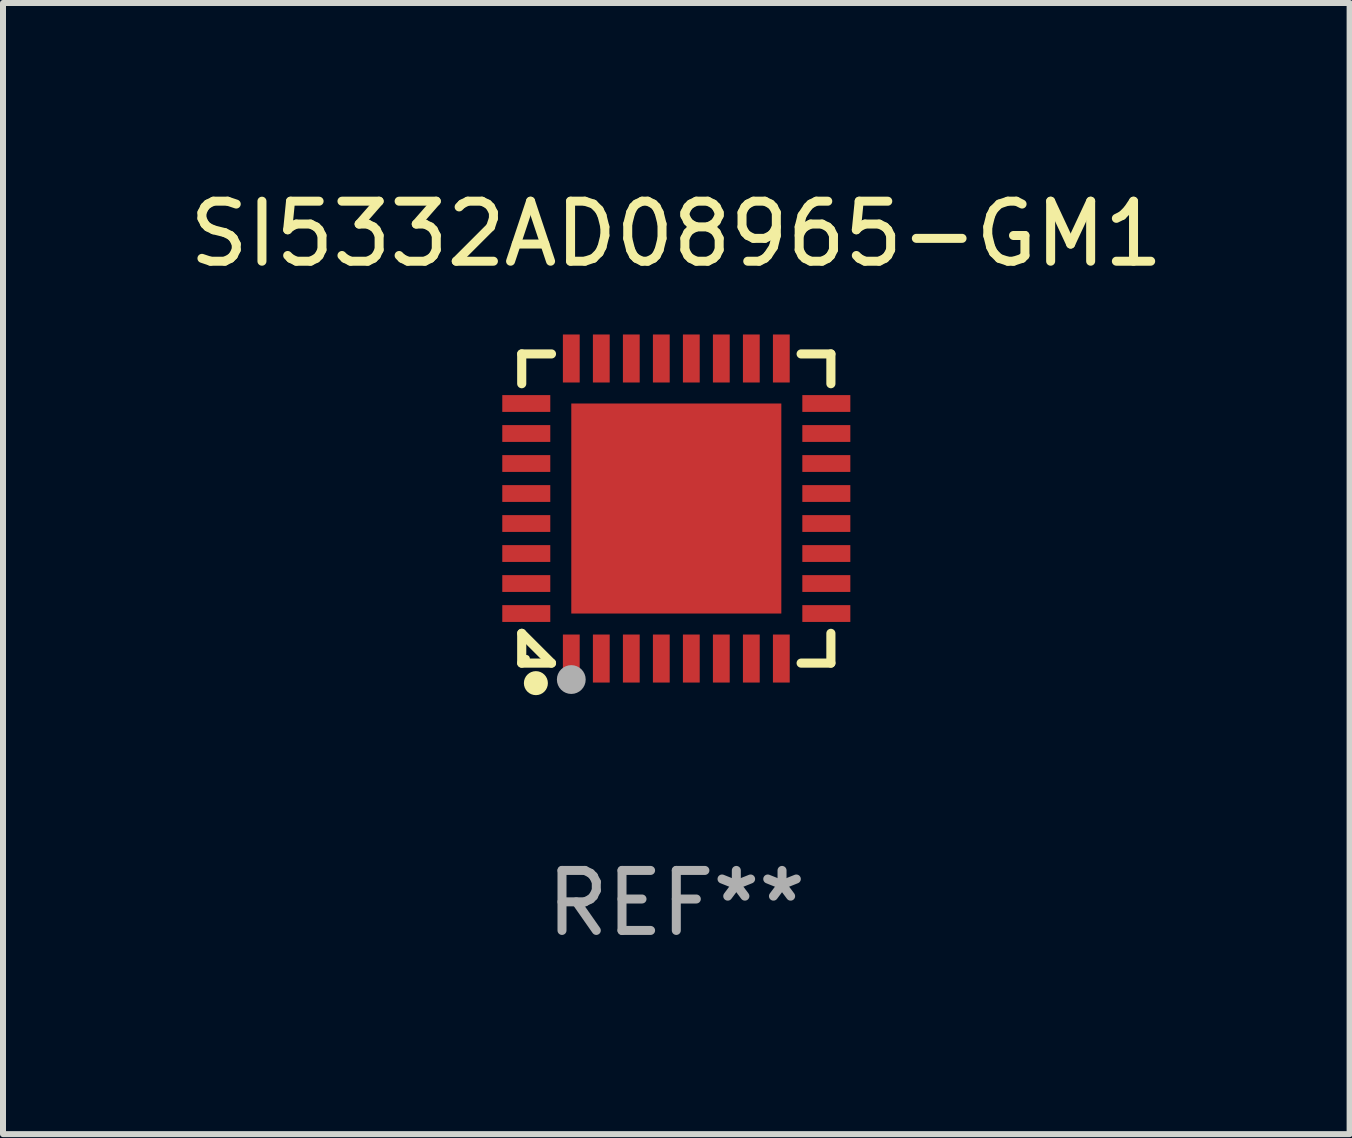
<source format=kicad_pcb>
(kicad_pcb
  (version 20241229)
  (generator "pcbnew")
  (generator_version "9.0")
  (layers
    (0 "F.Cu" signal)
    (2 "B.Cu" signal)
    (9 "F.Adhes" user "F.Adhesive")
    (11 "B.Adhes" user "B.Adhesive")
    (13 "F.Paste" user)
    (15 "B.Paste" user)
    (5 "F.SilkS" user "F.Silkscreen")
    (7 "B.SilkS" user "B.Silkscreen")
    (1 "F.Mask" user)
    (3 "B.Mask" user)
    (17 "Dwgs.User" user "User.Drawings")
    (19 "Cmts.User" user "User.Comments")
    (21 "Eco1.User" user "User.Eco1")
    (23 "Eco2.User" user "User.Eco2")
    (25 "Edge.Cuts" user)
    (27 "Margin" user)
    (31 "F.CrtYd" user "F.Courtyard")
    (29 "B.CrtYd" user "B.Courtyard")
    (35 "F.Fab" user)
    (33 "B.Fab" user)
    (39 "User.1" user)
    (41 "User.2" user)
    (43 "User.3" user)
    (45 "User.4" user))
  (footprint "SI5332AD08965-GM1"
    (layer "F.Cu")
    (at 8.22 5.424)
    (property "Reference" "SI5332AD08965-GM1" (at 0 -4.576 0) (layer "F.SilkS") (effects (font (size 1 1) (thickness 0.15))))
    (attr through_hole)
    (fp_line (start -2.576 -2.576) (end -2.08 -2.576) (stroke (width 0.152) (type solid)) (layer "F.SilkS"))
    (fp_line (start -2.576 -2.08) (end -2.576 -2.576) (stroke (width 0.152) (type solid)) (layer "F.SilkS"))
    (fp_line (start -2.576 2.08) (end -2.576 2.576) (stroke (width 0.152) (type solid)) (layer "F.SilkS"))
    (fp_line (start -2.576 2.08) (end -2.08 2.576) (stroke (width 0.152) (type solid)) (layer "F.SilkS"))
    (fp_line (start -2.576 2.576) (end -2.08 2.576) (stroke (width 0.152) (type solid)) (layer "F.SilkS"))
    (fp_line (start 2.576 -2.576) (end 2.08 -2.576) (stroke (width 0.152) (type solid)) (layer "F.SilkS"))
    (fp_line (start 2.576 -2.08) (end 2.576 -2.576) (stroke (width 0.152) (type solid)) (layer "F.SilkS"))
    (fp_line (start 2.576 2.08) (end 2.576 2.576) (stroke (width 0.152) (type solid)) (layer "F.SilkS"))
    (fp_line (start 2.576 2.576) (end 2.08 2.576) (stroke (width 0.152) (type solid)) (layer "F.SilkS"))
    (fp_circle (center -2.5 2.5) (end -2.47 2.5) (stroke (width 0.06) (type solid)) (fill no) (layer "F.SilkS"))
    (fp_circle (center -2.34 2.91) (end -2.24 2.91) (stroke (width 0.2) (type solid)) (fill no) (layer "F.SilkS"))
    (fp_circle (center -1.75 2.85) (end -1.63 2.85) (stroke (width 0.24) (type solid)) (fill no) (layer "F.Fab"))
    (fp_text user "REF**" (at 0 6.576 0) (layer "F.Fab") (effects (font (size 1 1) (thickness 0.15))))
    (pad "1" smd rect (at -1.75 2.5) (size 0.28 0.8) (layers "F.Cu" "F.Mask" "F.Paste"))
    (pad "2" smd rect (at -1.25 2.5) (size 0.28 0.8) (layers "F.Cu" "F.Mask" "F.Paste"))
    (pad "3" smd rect (at -0.75 2.5) (size 0.28 0.8) (layers "F.Cu" "F.Mask" "F.Paste"))
    (pad "4" smd rect (at -0.25 2.5) (size 0.28 0.8) (layers "F.Cu" "F.Mask" "F.Paste"))
    (pad "5" smd rect (at 0.25 2.5) (size 0.28 0.8) (layers "F.Cu" "F.Mask" "F.Paste"))
    (pad "6" smd rect (at 0.75 2.5) (size 0.28 0.8) (layers "F.Cu" "F.Mask" "F.Paste"))
    (pad "7" smd rect (at 1.25 2.5) (size 0.28 0.8) (layers "F.Cu" "F.Mask" "F.Paste"))
    (pad "8" smd rect (at 1.75 2.5) (size 0.28 0.8) (layers "F.Cu" "F.Mask" "F.Paste"))
    (pad "9" smd rect (at 2.5 1.75) (size 0.8 0.28) (layers "F.Cu" "F.Mask" "F.Paste"))
    (pad "10" smd rect (at 2.5 1.25) (size 0.8 0.28) (layers "F.Cu" "F.Mask" "F.Paste"))
    (pad "11" smd rect (at 2.5 0.75) (size 0.8 0.28) (layers "F.Cu" "F.Mask" "F.Paste"))
    (pad "12" smd rect (at 2.5 0.25) (size 0.8 0.28) (layers "F.Cu" "F.Mask" "F.Paste"))
    (pad "13" smd rect (at 2.5 -0.25) (size 0.8 0.28) (layers "F.Cu" "F.Mask" "F.Paste"))
    (pad "14" smd rect (at 2.5 -0.75) (size 0.8 0.28) (layers "F.Cu" "F.Mask" "F.Paste"))
    (pad "15" smd rect (at 2.5 -1.25) (size 0.8 0.28) (layers "F.Cu" "F.Mask" "F.Paste"))
    (pad "16" smd rect (at 2.5 -1.75) (size 0.8 0.28) (layers "F.Cu" "F.Mask" "F.Paste"))
    (pad "17" smd rect (at 1.75 -2.5) (size 0.28 0.8) (layers "F.Cu" "F.Mask" "F.Paste"))
    (pad "18" smd rect (at 1.25 -2.5) (size 0.28 0.8) (layers "F.Cu" "F.Mask" "F.Paste"))
    (pad "19" smd rect (at 0.75 -2.5) (size 0.28 0.8) (layers "F.Cu" "F.Mask" "F.Paste"))
    (pad "20" smd rect (at 0.25 -2.5) (size 0.28 0.8) (layers "F.Cu" "F.Mask" "F.Paste"))
    (pad "21" smd rect (at -0.25 -2.5) (size 0.28 0.8) (layers "F.Cu" "F.Mask" "F.Paste"))
    (pad "22" smd rect (at -0.75 -2.5) (size 0.28 0.8) (layers "F.Cu" "F.Mask" "F.Paste"))
    (pad "23" smd rect (at -1.25 -2.5) (size 0.28 0.8) (layers "F.Cu" "F.Mask" "F.Paste"))
    (pad "24" smd rect (at -1.75 -2.5) (size 0.28 0.8) (layers "F.Cu" "F.Mask" "F.Paste"))
    (pad "25" smd rect (at -2.5 -1.75) (size 0.8 0.28) (layers "F.Cu" "F.Mask" "F.Paste"))
    (pad "26" smd rect (at -2.5 -1.25) (size 0.8 0.28) (layers "F.Cu" "F.Mask" "F.Paste"))
    (pad "27" smd rect (at -2.5 -0.75) (size 0.8 0.28) (layers "F.Cu" "F.Mask" "F.Paste"))
    (pad "28" smd rect (at -2.5 -0.25) (size 0.8 0.28) (layers "F.Cu" "F.Mask" "F.Paste"))
    (pad "29" smd rect (at -2.5 0.25) (size 0.8 0.28) (layers "F.Cu" "F.Mask" "F.Paste"))
    (pad "30" smd rect (at -2.5 0.75) (size 0.8 0.28) (layers "F.Cu" "F.Mask" "F.Paste"))
    (pad "31" smd rect (at -2.5 1.25) (size 0.8 0.28) (layers "F.Cu" "F.Mask" "F.Paste"))
    (pad "32" smd rect (at -2.5 1.75) (size 0.8 0.28) (layers "F.Cu" "F.Mask" "F.Paste"))
    (pad "33" smd rect (at 0 0) (size 3.5 3.5) (layers "F.Cu" "F.Mask" "F.Paste")))
  (gr_rect
    (start -3 -3)
    (end 19.44 15.849)
    (stroke (width 0.1) (type default))
    (fill no)
    (layer "Edge.Cuts")))
</source>
